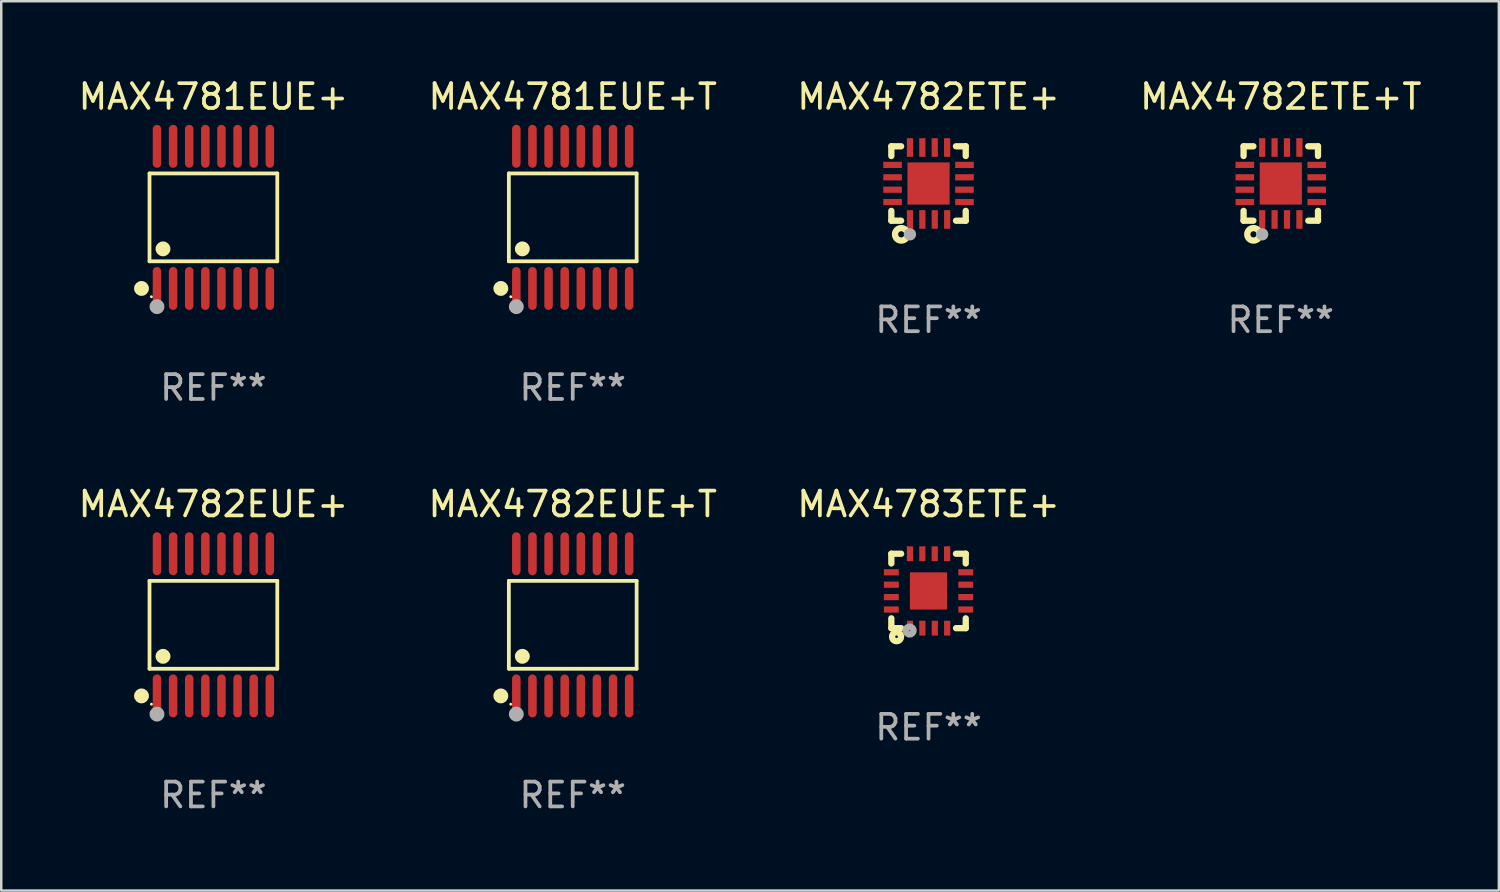
<source format=kicad_pcb>
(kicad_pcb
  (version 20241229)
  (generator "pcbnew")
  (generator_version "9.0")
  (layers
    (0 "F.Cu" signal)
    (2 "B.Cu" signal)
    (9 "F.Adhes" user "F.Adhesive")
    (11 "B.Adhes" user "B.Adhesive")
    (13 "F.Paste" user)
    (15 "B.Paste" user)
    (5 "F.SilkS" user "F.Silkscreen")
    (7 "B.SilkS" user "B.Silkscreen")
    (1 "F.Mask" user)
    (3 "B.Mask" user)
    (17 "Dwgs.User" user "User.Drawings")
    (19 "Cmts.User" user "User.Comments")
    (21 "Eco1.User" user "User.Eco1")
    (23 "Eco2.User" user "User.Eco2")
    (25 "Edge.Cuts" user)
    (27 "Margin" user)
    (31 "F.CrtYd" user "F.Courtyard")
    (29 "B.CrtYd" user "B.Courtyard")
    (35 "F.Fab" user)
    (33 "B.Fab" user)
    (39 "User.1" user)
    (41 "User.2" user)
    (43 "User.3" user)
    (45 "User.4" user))
  (footprint "MAX4781EUE+"
    (layer "F.Cu")
    (at 5.554 5.714)
    (property "Reference" "MAX4781EUE+" (at 0 -4.866 0) (layer "F.SilkS") (effects (font (size 1 1) (thickness 0.15))))
    (attr through_hole)
    (fp_line (start -2.576 -1.772) (end 2.576 -1.772) (stroke (width 0.152) (type solid)) (layer "F.SilkS"))
    (fp_line (start -2.576 1.771) (end -2.576 -1.772) (stroke (width 0.152) (type solid)) (layer "F.SilkS"))
    (fp_line (start 2.576 -1.772) (end 2.576 1.771) (stroke (width 0.152) (type solid)) (layer "F.SilkS"))
    (fp_line (start 2.576 1.771) (end -2.576 1.771) (stroke (width 0.152) (type solid)) (layer "F.SilkS"))
    (fp_circle (center -2.899 2.866) (end -2.749 2.866) (stroke (width 0.3) (type solid)) (fill no) (layer "F.SilkS"))
    (fp_circle (center -2.5 3.2) (end -2.47 3.2) (stroke (width 0.06) (type solid)) (fill no) (layer "F.SilkS"))
    (fp_circle (center -2.032 1.27) (end -1.882 1.27) (stroke (width 0.3) (type solid)) (fill no) (layer "F.SilkS"))
    (fp_circle (center -2.275 3.6) (end -2.125 3.6) (stroke (width 0.3) (type solid)) (fill no) (layer "F.Fab"))
    (fp_text user "REF**" (at 0 6.866 0) (layer "F.Fab") (effects (font (size 1 1) (thickness 0.15))))
    (pad "1" smd oval (at -2.275 2.866) (size 0.343 1.731) (layers "F.Cu" "F.Mask" "F.Paste"))
    (pad "2" smd oval (at -1.625 2.866) (size 0.343 1.731) (layers "F.Cu" "F.Mask" "F.Paste"))
    (pad "3" smd oval (at -0.975 2.866) (size 0.343 1.731) (layers "F.Cu" "F.Mask" "F.Paste"))
    (pad "4" smd oval (at -0.325 2.866) (size 0.343 1.731) (layers "F.Cu" "F.Mask" "F.Paste"))
    (pad "5" smd oval (at 0.325 2.866) (size 0.343 1.731) (layers "F.Cu" "F.Mask" "F.Paste"))
    (pad "6" smd oval (at 0.975 2.866) (size 0.343 1.731) (layers "F.Cu" "F.Mask" "F.Paste"))
    (pad "7" smd oval (at 1.625 2.866) (size 0.343 1.731) (layers "F.Cu" "F.Mask" "F.Paste"))
    (pad "8" smd oval (at 2.275 2.866) (size 0.343 1.731) (layers "F.Cu" "F.Mask" "F.Paste"))
    (pad "9" smd oval (at 2.275 -2.866) (size 0.343 1.731) (layers "F.Cu" "F.Mask" "F.Paste"))
    (pad "10" smd oval (at 1.625 -2.866) (size 0.343 1.731) (layers "F.Cu" "F.Mask" "F.Paste"))
    (pad "11" smd oval (at 0.975 -2.866) (size 0.343 1.731) (layers "F.Cu" "F.Mask" "F.Paste"))
    (pad "12" smd oval (at 0.325 -2.866) (size 0.343 1.731) (layers "F.Cu" "F.Mask" "F.Paste"))
    (pad "13" smd oval (at -0.325 -2.866) (size 0.343 1.731) (layers "F.Cu" "F.Mask" "F.Paste"))
    (pad "14" smd oval (at -0.975 -2.866) (size 0.343 1.731) (layers "F.Cu" "F.Mask" "F.Paste"))
    (pad "15" smd oval (at -1.625 -2.866) (size 0.343 1.731) (layers "F.Cu" "F.Mask" "F.Paste"))
    (pad "16" smd oval (at -2.275 -2.866) (size 0.343 1.731) (layers "F.Cu" "F.Mask" "F.Paste")))
  (footprint "MAX4781EUE+T"
    (layer "F.Cu")
    (at 20.042 5.714)
    (property "Reference" "MAX4781EUE+T" (at 0 -4.866 0) (layer "F.SilkS") (effects (font (size 1 1) (thickness 0.15))))
    (attr through_hole)
    (fp_line (start -2.576 -1.772) (end 2.576 -1.772) (stroke (width 0.152) (type solid)) (layer "F.SilkS"))
    (fp_line (start -2.576 1.771) (end -2.576 -1.772) (stroke (width 0.152) (type solid)) (layer "F.SilkS"))
    (fp_line (start 2.576 -1.772) (end 2.576 1.771) (stroke (width 0.152) (type solid)) (layer "F.SilkS"))
    (fp_line (start 2.576 1.771) (end -2.576 1.771) (stroke (width 0.152) (type solid)) (layer "F.SilkS"))
    (fp_circle (center -2.899 2.866) (end -2.749 2.866) (stroke (width 0.3) (type solid)) (fill no) (layer "F.SilkS"))
    (fp_circle (center -2.5 3.2) (end -2.47 3.2) (stroke (width 0.06) (type solid)) (fill no) (layer "F.SilkS"))
    (fp_circle (center -2.032 1.27) (end -1.882 1.27) (stroke (width 0.3) (type solid)) (fill no) (layer "F.SilkS"))
    (fp_circle (center -2.275 3.6) (end -2.125 3.6) (stroke (width 0.3) (type solid)) (fill no) (layer "F.Fab"))
    (fp_text user "REF**" (at 0 6.866 0) (layer "F.Fab") (effects (font (size 1 1) (thickness 0.15))))
    (pad "1" smd oval (at -2.275 2.866) (size 0.343 1.731) (layers "F.Cu" "F.Mask" "F.Paste"))
    (pad "2" smd oval (at -1.625 2.866) (size 0.343 1.731) (layers "F.Cu" "F.Mask" "F.Paste"))
    (pad "3" smd oval (at -0.975 2.866) (size 0.343 1.731) (layers "F.Cu" "F.Mask" "F.Paste"))
    (pad "4" smd oval (at -0.325 2.866) (size 0.343 1.731) (layers "F.Cu" "F.Mask" "F.Paste"))
    (pad "5" smd oval (at 0.325 2.866) (size 0.343 1.731) (layers "F.Cu" "F.Mask" "F.Paste"))
    (pad "6" smd oval (at 0.975 2.866) (size 0.343 1.731) (layers "F.Cu" "F.Mask" "F.Paste"))
    (pad "7" smd oval (at 1.625 2.866) (size 0.343 1.731) (layers "F.Cu" "F.Mask" "F.Paste"))
    (pad "8" smd oval (at 2.275 2.866) (size 0.343 1.731) (layers "F.Cu" "F.Mask" "F.Paste"))
    (pad "9" smd oval (at 2.275 -2.866) (size 0.343 1.731) (layers "F.Cu" "F.Mask" "F.Paste"))
    (pad "10" smd oval (at 1.625 -2.866) (size 0.343 1.731) (layers "F.Cu" "F.Mask" "F.Paste"))
    (pad "11" smd oval (at 0.975 -2.866) (size 0.343 1.731) (layers "F.Cu" "F.Mask" "F.Paste"))
    (pad "12" smd oval (at 0.325 -2.866) (size 0.343 1.731) (layers "F.Cu" "F.Mask" "F.Paste"))
    (pad "13" smd oval (at -0.325 -2.866) (size 0.343 1.731) (layers "F.Cu" "F.Mask" "F.Paste"))
    (pad "14" smd oval (at -0.975 -2.866) (size 0.343 1.731) (layers "F.Cu" "F.Mask" "F.Paste"))
    (pad "15" smd oval (at -1.625 -2.866) (size 0.343 1.731) (layers "F.Cu" "F.Mask" "F.Paste"))
    (pad "16" smd oval (at -2.275 -2.866) (size 0.343 1.731) (layers "F.Cu" "F.Mask" "F.Paste")))
  (footprint "MAX4782ETE+T"
    (layer "F.Cu")
    (at 48.589 4.348)
    (property "Reference" "MAX4782ETE+T" (at 0 -3.5 0) (layer "F.SilkS") (effects (font (size 1 1) (thickness 0.15))))
    (attr through_hole)
    (fp_line (start -1.5 -1.5) (end -1.5 -1.108) (stroke (width 0.254) (type solid)) (layer "F.SilkS"))
    (fp_line (start -1.5 -1.5) (end -1.105 -1.5) (stroke (width 0.254) (type solid)) (layer "F.SilkS"))
    (fp_line (start -1.5 1.104) (end -1.5 1.5) (stroke (width 0.254) (type solid)) (layer "F.SilkS"))
    (fp_line (start -1.5 1.5) (end -1.105 1.5) (stroke (width 0.254) (type solid)) (layer "F.SilkS"))
    (fp_line (start 1.106 -1.5) (end 1.5 -1.5) (stroke (width 0.254) (type solid)) (layer "F.SilkS"))
    (fp_line (start 1.108 1.5) (end 1.5 1.5) (stroke (width 0.254) (type solid)) (layer "F.SilkS"))
    (fp_line (start 1.5 -1.108) (end 1.5 -1.5) (stroke (width 0.254) (type solid)) (layer "F.SilkS"))
    (fp_line (start 1.5 1.5) (end 1.5 1.104) (stroke (width 0.254) (type solid)) (layer "F.SilkS"))
    (fp_circle (center -1.5 1.5) (end -1.47 1.5) (stroke (width 0.06) (type solid)) (fill no) (layer "F.SilkS"))
    (fp_circle (center -1.1 2.05) (end -0.975 2.05) (stroke (width 0.254) (type solid)) (fill no) (layer "F.SilkS"))
    (fp_circle (center -0.75 2.05) (end -0.625 2.05) (stroke (width 0.25) (type solid)) (fill no) (layer "F.Fab"))
    (fp_text user "REF**" (at 0 5.5 0) (layer "F.Fab") (effects (font (size 1 1) (thickness 0.15))))
    (pad "1" smd rect (at -0.749 1.45) (size 0.25 0.75) (layers "F.Cu" "F.Mask" "F.Paste"))
    (pad "2" smd rect (at -0.249 1.45) (size 0.25 0.75) (layers "F.Cu" "F.Mask" "F.Paste"))
    (pad "3" smd rect (at 0.251 1.45) (size 0.25 0.75) (layers "F.Cu" "F.Mask" "F.Paste"))
    (pad "4" smd rect (at 0.751 1.45) (size 0.25 0.75) (layers "F.Cu" "F.Mask" "F.Paste"))
    (pad "5" smd rect (at 1.45 0.75) (size 0.75 0.25) (layers "F.Cu" "F.Mask" "F.Paste"))
    (pad "6" smd rect (at 1.45 0.25) (size 0.75 0.25) (layers "F.Cu" "F.Mask" "F.Paste"))
    (pad "7" smd rect (at 1.45 -0.25) (size 0.75 0.25) (layers "F.Cu" "F.Mask" "F.Paste"))
    (pad "8" smd rect (at 1.45 -0.75) (size 0.75 0.25) (layers "F.Cu" "F.Mask" "F.Paste"))
    (pad "9" smd rect (at 0.75 -1.45) (size 0.25 0.75) (layers "F.Cu" "F.Mask" "F.Paste"))
    (pad "10" smd rect (at 0.25 -1.45) (size 0.25 0.75) (layers "F.Cu" "F.Mask" "F.Paste"))
    (pad "11" smd rect (at -0.25 -1.45) (size 0.25 0.75) (layers "F.Cu" "F.Mask" "F.Paste"))
    (pad "12" smd rect (at -0.749 -1.45) (size 0.25 0.75) (layers "F.Cu" "F.Mask" "F.Paste"))
    (pad "13" smd rect (at -1.45 -0.75) (size 0.75 0.25) (layers "F.Cu" "F.Mask" "F.Paste"))
    (pad "14" smd rect (at -1.45 -0.25) (size 0.75 0.25) (layers "F.Cu" "F.Mask" "F.Paste"))
    (pad "15" smd rect (at -1.45 0.25) (size 0.75 0.25) (layers "F.Cu" "F.Mask" "F.Paste"))
    (pad "16" smd rect (at -1.45 0.75) (size 0.75 0.25) (layers "F.Cu" "F.Mask" "F.Paste"))
    (pad "17" smd rect (at 0.000267 0.000267) (size 1.7 1.7) (layers "F.Cu" "F.Mask" "F.Paste")))
  (footprint "MAX4783ETE+"
    (layer "F.Cu")
    (at 34.387 20.776)
    (property "Reference" "MAX4783ETE+" (at 0 -3.5 0) (layer "F.SilkS") (effects (font (size 1 1) (thickness 0.15))))
    (attr through_hole)
    (fp_line (start -1.5 -1.5) (end -1.5 -1.108) (stroke (width 0.254) (type solid)) (layer "F.SilkS"))
    (fp_line (start -1.5 -1.5) (end -1.105 -1.5) (stroke (width 0.254) (type solid)) (layer "F.SilkS"))
    (fp_line (start -1.5 1.104) (end -1.5 1.5) (stroke (width 0.254) (type solid)) (layer "F.SilkS"))
    (fp_line (start -1.5 1.5) (end -1.105 1.5) (stroke (width 0.254) (type solid)) (layer "F.SilkS"))
    (fp_line (start 1.106 -1.5) (end 1.5 -1.5) (stroke (width 0.254) (type solid)) (layer "F.SilkS"))
    (fp_line (start 1.108 1.5) (end 1.5 1.5) (stroke (width 0.254) (type solid)) (layer "F.SilkS"))
    (fp_line (start 1.5 -1.108) (end 1.5 -1.5) (stroke (width 0.254) (type solid)) (layer "F.SilkS"))
    (fp_line (start 1.5 1.5) (end 1.5 1.104) (stroke (width 0.254) (type solid)) (layer "F.SilkS"))
    (fp_circle (center -1.5 1.5) (end -1.47 1.5) (stroke (width 0.06) (type solid)) (fill no) (layer "F.SilkS"))
    (fp_circle (center -1.289 1.845) (end -1.235 1.845) (stroke (width 0.254) (type solid)) (fill no) (layer "F.SilkS"))
    (fp_circle (center -0.762 1.596) (end -0.731 1.596) (stroke (width 0.254) (type solid)) (fill no) (layer "F.Fab"))
    (fp_text user "REF**" (at 0 5.5 0) (layer "F.Fab") (effects (font (size 1 1) (thickness 0.15))))
    (pad "1" smd rect (at -0.748 1.5 180) (size 0.25 0.6) (layers "F.Cu" "F.Mask" "F.Paste"))
    (pad "2" smd rect (at -0.249 1.5 180) (size 0.25 0.6) (layers "F.Cu" "F.Mask" "F.Paste"))
    (pad "3" smd rect (at 0.252 1.5 180) (size 0.25 0.6) (layers "F.Cu" "F.Mask" "F.Paste"))
    (pad "4" smd rect (at 0.751 1.5 180) (size 0.25 0.6) (layers "F.Cu" "F.Mask" "F.Paste"))
    (pad "5" smd rect (at 1.5 0.748 270) (size 0.25 0.6) (layers "F.Cu" "F.Mask" "F.Paste"))
    (pad "6" smd rect (at 1.5 0.248 270) (size 0.25 0.6) (layers "F.Cu" "F.Mask" "F.Paste"))
    (pad "7" smd rect (at 1.5 -0.252 270) (size 0.25 0.6) (layers "F.Cu" "F.Mask" "F.Paste"))
    (pad "8" smd rect (at 1.5 -0.752 270) (size 0.25 0.6) (layers "F.Cu" "F.Mask" "F.Paste"))
    (pad "9" smd rect (at 0.75 -1.5) (size 0.25 0.6) (layers "F.Cu" "F.Mask" "F.Paste"))
    (pad "10" smd rect (at 0.25 -1.5) (size 0.25 0.6) (layers "F.Cu" "F.Mask" "F.Paste"))
    (pad "11" smd rect (at -0.25 -1.5) (size 0.25 0.6) (layers "F.Cu" "F.Mask" "F.Paste"))
    (pad "12" smd rect (at -0.748 -1.5) (size 0.25 0.6) (layers "F.Cu" "F.Mask" "F.Paste"))
    (pad "13" smd rect (at -1.5 -0.752 90) (size 0.25 0.6) (layers "F.Cu" "F.Mask" "F.Paste"))
    (pad "14" smd rect (at -1.5 -0.252 90) (size 0.25 0.6) (layers "F.Cu" "F.Mask" "F.Paste"))
    (pad "15" smd rect (at -1.5 0.248 90) (size 0.25 0.6) (layers "F.Cu" "F.Mask" "F.Paste"))
    (pad "16" smd rect (at -1.5 0.748 90) (size 0.25 0.6) (layers "F.Cu" "F.Mask" "F.Paste"))
    (pad "17" smd rect (at -0.000064 0.000076 90) (size 1.5 1.5) (layers "F.Cu" "F.Mask" "F.Paste")))
  (footprint "MAX4782EUE+T"
    (layer "F.Cu")
    (at 20.042 22.142)
    (property "Reference" "MAX4782EUE+T" (at 0 -4.866 0) (layer "F.SilkS") (effects (font (size 1 1) (thickness 0.15))))
    (attr through_hole)
    (fp_line (start -2.576 -1.772) (end 2.576 -1.772) (stroke (width 0.152) (type solid)) (layer "F.SilkS"))
    (fp_line (start -2.576 1.771) (end -2.576 -1.772) (stroke (width 0.152) (type solid)) (layer "F.SilkS"))
    (fp_line (start 2.576 -1.772) (end 2.576 1.771) (stroke (width 0.152) (type solid)) (layer "F.SilkS"))
    (fp_line (start 2.576 1.771) (end -2.576 1.771) (stroke (width 0.152) (type solid)) (layer "F.SilkS"))
    (fp_circle (center -2.899 2.866) (end -2.749 2.866) (stroke (width 0.3) (type solid)) (fill no) (layer "F.SilkS"))
    (fp_circle (center -2.5 3.2) (end -2.47 3.2) (stroke (width 0.06) (type solid)) (fill no) (layer "F.SilkS"))
    (fp_circle (center -2.032 1.27) (end -1.882 1.27) (stroke (width 0.3) (type solid)) (fill no) (layer "F.SilkS"))
    (fp_circle (center -2.275 3.6) (end -2.125 3.6) (stroke (width 0.3) (type solid)) (fill no) (layer "F.Fab"))
    (fp_text user "REF**" (at 0 6.866 0) (layer "F.Fab") (effects (font (size 1 1) (thickness 0.15))))
    (pad "1" smd oval (at -2.275 2.866) (size 0.343 1.731) (layers "F.Cu" "F.Mask" "F.Paste"))
    (pad "2" smd oval (at -1.625 2.866) (size 0.343 1.731) (layers "F.Cu" "F.Mask" "F.Paste"))
    (pad "3" smd oval (at -0.975 2.866) (size 0.343 1.731) (layers "F.Cu" "F.Mask" "F.Paste"))
    (pad "4" smd oval (at -0.325 2.866) (size 0.343 1.731) (layers "F.Cu" "F.Mask" "F.Paste"))
    (pad "5" smd oval (at 0.325 2.866) (size 0.343 1.731) (layers "F.Cu" "F.Mask" "F.Paste"))
    (pad "6" smd oval (at 0.975 2.866) (size 0.343 1.731) (layers "F.Cu" "F.Mask" "F.Paste"))
    (pad "7" smd oval (at 1.625 2.866) (size 0.343 1.731) (layers "F.Cu" "F.Mask" "F.Paste"))
    (pad "8" smd oval (at 2.275 2.866) (size 0.343 1.731) (layers "F.Cu" "F.Mask" "F.Paste"))
    (pad "9" smd oval (at 2.275 -2.866) (size 0.343 1.731) (layers "F.Cu" "F.Mask" "F.Paste"))
    (pad "10" smd oval (at 1.625 -2.866) (size 0.343 1.731) (layers "F.Cu" "F.Mask" "F.Paste"))
    (pad "11" smd oval (at 0.975 -2.866) (size 0.343 1.731) (layers "F.Cu" "F.Mask" "F.Paste"))
    (pad "12" smd oval (at 0.325 -2.866) (size 0.343 1.731) (layers "F.Cu" "F.Mask" "F.Paste"))
    (pad "13" smd oval (at -0.325 -2.866) (size 0.343 1.731) (layers "F.Cu" "F.Mask" "F.Paste"))
    (pad "14" smd oval (at -0.975 -2.866) (size 0.343 1.731) (layers "F.Cu" "F.Mask" "F.Paste"))
    (pad "15" smd oval (at -1.625 -2.866) (size 0.343 1.731) (layers "F.Cu" "F.Mask" "F.Paste"))
    (pad "16" smd oval (at -2.275 -2.866) (size 0.343 1.731) (layers "F.Cu" "F.Mask" "F.Paste")))
  (footprint "MAX4782EUE+"
    (layer "F.Cu")
    (at 5.554 22.142)
    (property "Reference" "MAX4782EUE+" (at 0 -4.866 0) (layer "F.SilkS") (effects (font (size 1 1) (thickness 0.15))))
    (attr through_hole)
    (fp_line (start -2.576 -1.772) (end 2.576 -1.772) (stroke (width 0.152) (type solid)) (layer "F.SilkS"))
    (fp_line (start -2.576 1.771) (end -2.576 -1.772) (stroke (width 0.152) (type solid)) (layer "F.SilkS"))
    (fp_line (start 2.576 -1.772) (end 2.576 1.771) (stroke (width 0.152) (type solid)) (layer "F.SilkS"))
    (fp_line (start 2.576 1.771) (end -2.576 1.771) (stroke (width 0.152) (type solid)) (layer "F.SilkS"))
    (fp_circle (center -2.899 2.866) (end -2.749 2.866) (stroke (width 0.3) (type solid)) (fill no) (layer "F.SilkS"))
    (fp_circle (center -2.5 3.2) (end -2.47 3.2) (stroke (width 0.06) (type solid)) (fill no) (layer "F.SilkS"))
    (fp_circle (center -2.032 1.27) (end -1.882 1.27) (stroke (width 0.3) (type solid)) (fill no) (layer "F.SilkS"))
    (fp_circle (center -2.275 3.6) (end -2.125 3.6) (stroke (width 0.3) (type solid)) (fill no) (layer "F.Fab"))
    (fp_text user "REF**" (at 0 6.866 0) (layer "F.Fab") (effects (font (size 1 1) (thickness 0.15))))
    (pad "1" smd oval (at -2.275 2.866) (size 0.343 1.731) (layers "F.Cu" "F.Mask" "F.Paste"))
    (pad "2" smd oval (at -1.625 2.866) (size 0.343 1.731) (layers "F.Cu" "F.Mask" "F.Paste"))
    (pad "3" smd oval (at -0.975 2.866) (size 0.343 1.731) (layers "F.Cu" "F.Mask" "F.Paste"))
    (pad "4" smd oval (at -0.325 2.866) (size 0.343 1.731) (layers "F.Cu" "F.Mask" "F.Paste"))
    (pad "5" smd oval (at 0.325 2.866) (size 0.343 1.731) (layers "F.Cu" "F.Mask" "F.Paste"))
    (pad "6" smd oval (at 0.975 2.866) (size 0.343 1.731) (layers "F.Cu" "F.Mask" "F.Paste"))
    (pad "7" smd oval (at 1.625 2.866) (size 0.343 1.731) (layers "F.Cu" "F.Mask" "F.Paste"))
    (pad "8" smd oval (at 2.275 2.866) (size 0.343 1.731) (layers "F.Cu" "F.Mask" "F.Paste"))
    (pad "9" smd oval (at 2.275 -2.866) (size 0.343 1.731) (layers "F.Cu" "F.Mask" "F.Paste"))
    (pad "10" smd oval (at 1.625 -2.866) (size 0.343 1.731) (layers "F.Cu" "F.Mask" "F.Paste"))
    (pad "11" smd oval (at 0.975 -2.866) (size 0.343 1.731) (layers "F.Cu" "F.Mask" "F.Paste"))
    (pad "12" smd oval (at 0.325 -2.866) (size 0.343 1.731) (layers "F.Cu" "F.Mask" "F.Paste"))
    (pad "13" smd oval (at -0.325 -2.866) (size 0.343 1.731) (layers "F.Cu" "F.Mask" "F.Paste"))
    (pad "14" smd oval (at -0.975 -2.866) (size 0.343 1.731) (layers "F.Cu" "F.Mask" "F.Paste"))
    (pad "15" smd oval (at -1.625 -2.866) (size 0.343 1.731) (layers "F.Cu" "F.Mask" "F.Paste"))
    (pad "16" smd oval (at -2.275 -2.866) (size 0.343 1.731) (layers "F.Cu" "F.Mask" "F.Paste")))
  (footprint "MAX4782ETE+"
    (layer "F.Cu")
    (at 34.387 4.348)
    (property "Reference" "MAX4782ETE+" (at 0 -3.5 0) (layer "F.SilkS") (effects (font (size 1 1) (thickness 0.15))))
    (attr through_hole)
    (fp_line (start -1.5 -1.5) (end -1.5 -1.108) (stroke (width 0.254) (type solid)) (layer "F.SilkS"))
    (fp_line (start -1.5 -1.5) (end -1.105 -1.5) (stroke (width 0.254) (type solid)) (layer "F.SilkS"))
    (fp_line (start -1.5 1.104) (end -1.5 1.5) (stroke (width 0.254) (type solid)) (layer "F.SilkS"))
    (fp_line (start -1.5 1.5) (end -1.105 1.5) (stroke (width 0.254) (type solid)) (layer "F.SilkS"))
    (fp_line (start 1.106 -1.5) (end 1.5 -1.5) (stroke (width 0.254) (type solid)) (layer "F.SilkS"))
    (fp_line (start 1.108 1.5) (end 1.5 1.5) (stroke (width 0.254) (type solid)) (layer "F.SilkS"))
    (fp_line (start 1.5 -1.108) (end 1.5 -1.5) (stroke (width 0.254) (type solid)) (layer "F.SilkS"))
    (fp_line (start 1.5 1.5) (end 1.5 1.104) (stroke (width 0.254) (type solid)) (layer "F.SilkS"))
    (fp_circle (center -1.5 1.5) (end -1.47 1.5) (stroke (width 0.06) (type solid)) (fill no) (layer "F.SilkS"))
    (fp_circle (center -1.1 2.05) (end -0.975 2.05) (stroke (width 0.254) (type solid)) (fill no) (layer "F.SilkS"))
    (fp_circle (center -0.75 2.05) (end -0.625 2.05) (stroke (width 0.25) (type solid)) (fill no) (layer "F.Fab"))
    (fp_text user "REF**" (at 0 5.5 0) (layer "F.Fab") (effects (font (size 1 1) (thickness 0.15))))
    (pad "1" smd rect (at -0.749 1.45) (size 0.25 0.75) (layers "F.Cu" "F.Mask" "F.Paste"))
    (pad "2" smd rect (at -0.249 1.45) (size 0.25 0.75) (layers "F.Cu" "F.Mask" "F.Paste"))
    (pad "3" smd rect (at 0.251 1.45) (size 0.25 0.75) (layers "F.Cu" "F.Mask" "F.Paste"))
    (pad "4" smd rect (at 0.751 1.45) (size 0.25 0.75) (layers "F.Cu" "F.Mask" "F.Paste"))
    (pad "5" smd rect (at 1.45 0.75) (size 0.75 0.25) (layers "F.Cu" "F.Mask" "F.Paste"))
    (pad "6" smd rect (at 1.45 0.25) (size 0.75 0.25) (layers "F.Cu" "F.Mask" "F.Paste"))
    (pad "7" smd rect (at 1.45 -0.25) (size 0.75 0.25) (layers "F.Cu" "F.Mask" "F.Paste"))
    (pad "8" smd rect (at 1.45 -0.75) (size 0.75 0.25) (layers "F.Cu" "F.Mask" "F.Paste"))
    (pad "9" smd rect (at 0.75 -1.45) (size 0.25 0.75) (layers "F.Cu" "F.Mask" "F.Paste"))
    (pad "10" smd rect (at 0.25 -1.45) (size 0.25 0.75) (layers "F.Cu" "F.Mask" "F.Paste"))
    (pad "11" smd rect (at -0.25 -1.45) (size 0.25 0.75) (layers "F.Cu" "F.Mask" "F.Paste"))
    (pad "12" smd rect (at -0.749 -1.45) (size 0.25 0.75) (layers "F.Cu" "F.Mask" "F.Paste"))
    (pad "13" smd rect (at -1.45 -0.75) (size 0.75 0.25) (layers "F.Cu" "F.Mask" "F.Paste"))
    (pad "14" smd rect (at -1.45 -0.25) (size 0.75 0.25) (layers "F.Cu" "F.Mask" "F.Paste"))
    (pad "15" smd rect (at -1.45 0.25) (size 0.75 0.25) (layers "F.Cu" "F.Mask" "F.Paste"))
    (pad "16" smd rect (at -1.45 0.75) (size 0.75 0.25) (layers "F.Cu" "F.Mask" "F.Paste"))
    (pad "17" smd rect (at 0.000267 0.000267) (size 1.7 1.7) (layers "F.Cu" "F.Mask" "F.Paste")))
  (gr_rect
    (start -3 -3)
    (end 57.381 32.856)
    (stroke (width 0.1) (type default))
    (fill no)
    (layer "Edge.Cuts")))
</source>
